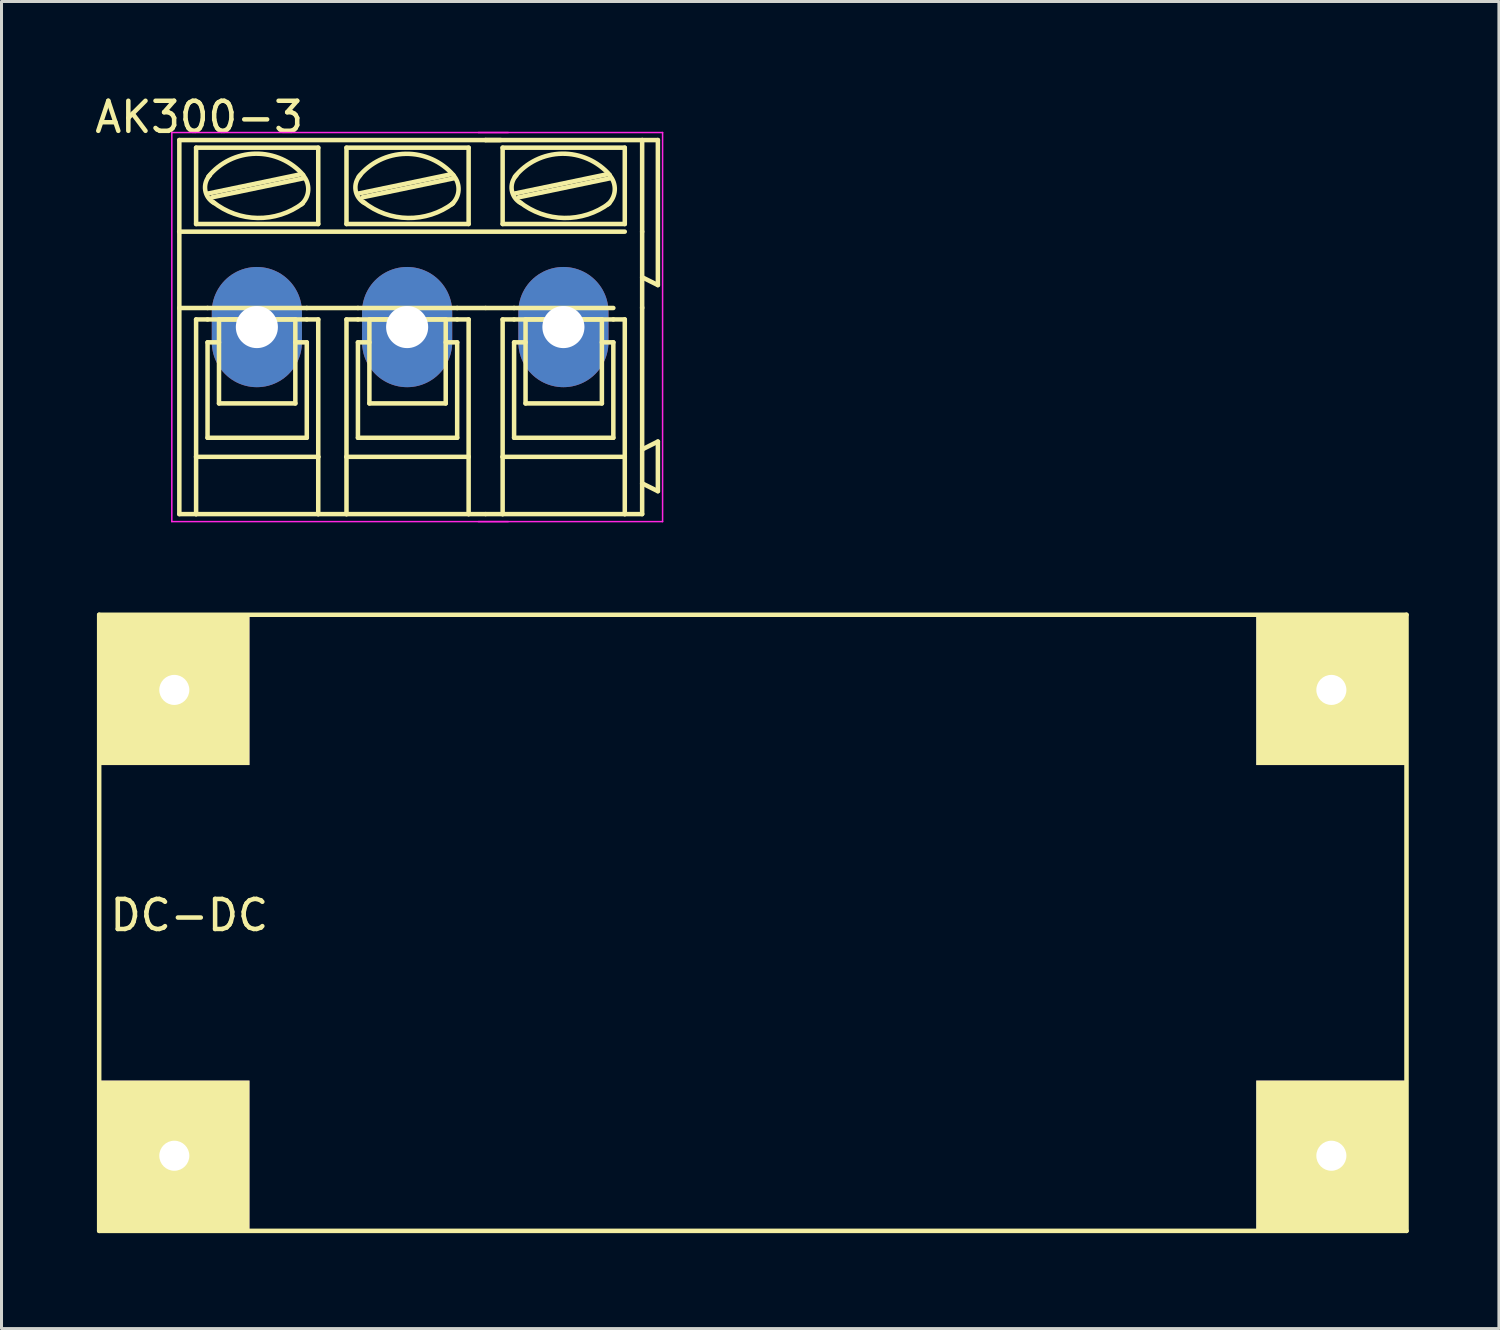
<source format=kicad_pcb>
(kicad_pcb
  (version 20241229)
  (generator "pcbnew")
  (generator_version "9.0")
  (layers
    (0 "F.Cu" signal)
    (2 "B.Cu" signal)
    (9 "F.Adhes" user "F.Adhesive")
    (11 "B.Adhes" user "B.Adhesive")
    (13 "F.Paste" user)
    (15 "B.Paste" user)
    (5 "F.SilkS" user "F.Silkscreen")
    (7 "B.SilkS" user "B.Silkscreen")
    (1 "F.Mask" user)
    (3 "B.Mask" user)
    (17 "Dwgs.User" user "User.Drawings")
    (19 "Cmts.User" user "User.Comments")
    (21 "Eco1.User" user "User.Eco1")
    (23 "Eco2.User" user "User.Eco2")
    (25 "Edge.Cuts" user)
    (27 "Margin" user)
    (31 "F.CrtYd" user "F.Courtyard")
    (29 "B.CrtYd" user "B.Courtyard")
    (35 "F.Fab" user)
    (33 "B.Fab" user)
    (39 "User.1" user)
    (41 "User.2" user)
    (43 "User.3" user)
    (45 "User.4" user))
  (footprint "DC-DC"
    (layer "F.Cu")
    (at 0.25 37.906)
    (property "Reference" "DC-DC" (at 3 -10.5 0) (layer "F.SilkS") (effects (font (size 1 1) (thickness 0.15))))
    (attr through_hole)
    (fp_line (start 0 -20.5) (end 43.5 -20.5) (stroke (width 0.15) (type solid)) (layer "F.SilkS"))
    (fp_line (start 0 0) (end 0 -20.5) (stroke (width 0.15) (type solid)) (layer "F.SilkS"))
    (fp_line (start 43.5 -20.5) (end 43.5 0) (stroke (width 0.15) (type solid)) (layer "F.SilkS"))
    (fp_line (start 43.5 0) (end 0 0) (stroke (width 0.15) (type solid)) (layer "F.SilkS"))
    (pad "1" thru_hole rect (at 2.5 -18) (size 5 5) (drill 1) (layers "*.Cu" "*.Mask" "F.SilkS"))
    (pad "2" thru_hole rect (at 2.5 -2.5) (size 5 5) (drill 1) (layers "*.Cu" "*.Mask" "F.SilkS"))
    (pad "3" thru_hole rect (at 41 -2.5) (size 5 5) (drill 1) (layers "*.Cu" "*.Mask" "F.SilkS"))
    (pad "4" thru_hole rect (at 41 -18) (size 5 5) (drill 1) (layers "*.Cu" "*.Mask" "F.SilkS")))
  (footprint "AK300-3"
    (layer "F.Cu")
    (at 5.497 7.833)
    (property "Reference" "AK300-3" (at -1.92 -6.985 0) (layer "F.SilkS") (effects (font (size 1 1) (thickness 0.15))))
    (attr exclude_from_pos_files exclude_from_bom)
    (fp_line (start -2.585 -3.175) (end 12.242 -3.175) (stroke (width 0.15) (type solid)) (layer "F.SilkS"))
    (fp_line (start -2.58 -3.175) (end -2.58 -6.223) (stroke (width 0.15) (type solid)) (layer "F.SilkS"))
    (fp_line (start -2.58 -0.635) (end -2.58 -3.175) (stroke (width 0.15) (type solid)) (layer "F.SilkS"))
    (fp_line (start -2.58 -0.635) (end -1.641 -0.635) (stroke (width 0.15) (type solid)) (layer "F.SilkS"))
    (fp_line (start -2.58 6.223) (end -2.58 -0.635) (stroke (width 0.15) (type solid)) (layer "F.SilkS"))
    (fp_line (start -2.58 6.223) (end -2.022 6.223) (stroke (width 0.15) (type solid)) (layer "F.SilkS"))
    (fp_line (start -2.022 -3.429) (end -2.022 -5.969) (stroke (width 0.15) (type solid)) (layer "F.SilkS"))
    (fp_line (start -2.022 -0.254) (end -2.022 4.318) (stroke (width 0.15) (type solid)) (layer "F.SilkS"))
    (fp_line (start -2.022 -0.254) (end -1.641 -0.254) (stroke (width 0.15) (type solid)) (layer "F.SilkS"))
    (fp_line (start -2.022 4.318) (end -2.022 6.223) (stroke (width 0.15) (type solid)) (layer "F.SilkS"))
    (fp_line (start -2.022 6.223) (end 2.042 6.223) (stroke (width 0.15) (type solid)) (layer "F.SilkS"))
    (fp_line (start -1.641 -0.635) (end 1.661 -0.635) (stroke (width 0.15) (type solid)) (layer "F.SilkS"))
    (fp_line (start -1.641 0.508) (end -1.26 0.508) (stroke (width 0.15) (type solid)) (layer "F.SilkS"))
    (fp_line (start -1.641 3.683) (end -1.641 0.508) (stroke (width 0.15) (type solid)) (layer "F.SilkS"))
    (fp_line (start -1.615 -4.445) (end 1.435 -5.08) (stroke (width 0.15) (type solid)) (layer "F.SilkS"))
    (fp_line (start -1.488 -4.318) (end 1.56 -4.953) (stroke (width 0.15) (type solid)) (layer "F.SilkS"))
    (fp_line (start -1.26 -0.254) (end 1.28 -0.254) (stroke (width 0.15) (type solid)) (layer "F.SilkS"))
    (fp_line (start -1.26 2.54) (end -1.26 -0.254) (stroke (width 0.15) (type solid)) (layer "F.SilkS"))
    (fp_line (start -1.26 2.54) (end 1.28 2.54) (stroke (width 0.15) (type solid)) (layer "F.SilkS"))
    (fp_line (start 1.28 2.54) (end 1.28 -0.254) (stroke (width 0.15) (type solid)) (layer "F.SilkS"))
    (fp_line (start 1.661 -0.635) (end 3.363 -0.635) (stroke (width 0.15) (type solid)) (layer "F.SilkS"))
    (fp_line (start 1.661 -0.254) (end -1.641 -0.254) (stroke (width 0.15) (type solid)) (layer "F.SilkS"))
    (fp_line (start 1.661 0.508) (end 1.28 0.508) (stroke (width 0.15) (type solid)) (layer "F.SilkS"))
    (fp_line (start 1.661 3.683) (end -1.641 3.683) (stroke (width 0.15) (type solid)) (layer "F.SilkS"))
    (fp_line (start 1.661 3.683) (end 1.661 0.508) (stroke (width 0.15) (type solid)) (layer "F.SilkS"))
    (fp_line (start 2.042 -5.969) (end -2.022 -5.969) (stroke (width 0.15) (type solid)) (layer "F.SilkS"))
    (fp_line (start 2.042 -3.429) (end -2.022 -3.429) (stroke (width 0.15) (type solid)) (layer "F.SilkS"))
    (fp_line (start 2.042 -3.429) (end 2.042 -5.969) (stroke (width 0.15) (type solid)) (layer "F.SilkS"))
    (fp_line (start 2.042 -0.254) (end 1.661 -0.254) (stroke (width 0.15) (type solid)) (layer "F.SilkS"))
    (fp_line (start 2.042 4.318) (end -2.022 4.318) (stroke (width 0.15) (type solid)) (layer "F.SilkS"))
    (fp_line (start 2.042 4.318) (end 2.042 -0.254) (stroke (width 0.15) (type solid)) (layer "F.SilkS"))
    (fp_line (start 2.042 6.223) (end 2.042 4.318) (stroke (width 0.15) (type solid)) (layer "F.SilkS"))
    (fp_line (start 2.042 6.223) (end 2.982 6.223) (stroke (width 0.15) (type solid)) (layer "F.SilkS"))
    (fp_line (start 2.982 -5.969) (end 7.046 -5.969) (stroke (width 0.15) (type solid)) (layer "F.SilkS"))
    (fp_line (start 2.982 -3.429) (end 2.982 -5.969) (stroke (width 0.15) (type solid)) (layer "F.SilkS"))
    (fp_line (start 2.982 -0.254) (end 3.363 -0.254) (stroke (width 0.15) (type solid)) (layer "F.SilkS"))
    (fp_line (start 2.982 4.318) (end 2.982 -0.254) (stroke (width 0.15) (type solid)) (layer "F.SilkS"))
    (fp_line (start 2.982 4.318) (end 7.046 4.318) (stroke (width 0.15) (type solid)) (layer "F.SilkS"))
    (fp_line (start 2.982 6.223) (end 2.982 4.318) (stroke (width 0.15) (type solid)) (layer "F.SilkS"))
    (fp_line (start 2.982 6.223) (end 7.046 6.223) (stroke (width 0.15) (type solid)) (layer "F.SilkS"))
    (fp_line (start 3.363 -0.254) (end 6.665 -0.254) (stroke (width 0.15) (type solid)) (layer "F.SilkS"))
    (fp_line (start 3.363 0.508) (end 3.744 0.508) (stroke (width 0.15) (type solid)) (layer "F.SilkS"))
    (fp_line (start 3.363 3.683) (end 3.363 0.508) (stroke (width 0.15) (type solid)) (layer "F.SilkS"))
    (fp_line (start 3.389 -4.445) (end 6.437 -5.08) (stroke (width 0.15) (type solid)) (layer "F.SilkS"))
    (fp_line (start 3.516 -4.318) (end 6.564 -4.953) (stroke (width 0.15) (type solid)) (layer "F.SilkS"))
    (fp_line (start 3.744 -0.254) (end 6.284 -0.254) (stroke (width 0.15) (type solid)) (layer "F.SilkS"))
    (fp_line (start 3.744 2.54) (end 3.744 -0.254) (stroke (width 0.15) (type solid)) (layer "F.SilkS"))
    (fp_line (start 3.744 2.54) (end 6.284 2.54) (stroke (width 0.15) (type solid)) (layer "F.SilkS"))
    (fp_line (start 6.284 2.54) (end 6.284 -0.254) (stroke (width 0.15) (type solid)) (layer "F.SilkS"))
    (fp_line (start 6.665 -0.635) (end 3.363 -0.635) (stroke (width 0.15) (type solid)) (layer "F.SilkS"))
    (fp_line (start 6.665 0.508) (end 6.284 0.508) (stroke (width 0.15) (type solid)) (layer "F.SilkS"))
    (fp_line (start 6.665 3.683) (end 3.363 3.683) (stroke (width 0.15) (type solid)) (layer "F.SilkS"))
    (fp_line (start 6.665 3.683) (end 6.665 0.508) (stroke (width 0.15) (type solid)) (layer "F.SilkS"))
    (fp_line (start 7.046 -5.969) (end 7.046 -3.429) (stroke (width 0.15) (type solid)) (layer "F.SilkS"))
    (fp_line (start 7.046 -3.429) (end 2.982 -3.429) (stroke (width 0.15) (type solid)) (layer "F.SilkS"))
    (fp_line (start 7.046 -0.254) (end 6.665 -0.254) (stroke (width 0.15) (type solid)) (layer "F.SilkS"))
    (fp_line (start 7.046 -0.254) (end 7.046 4.318) (stroke (width 0.15) (type solid)) (layer "F.SilkS"))
    (fp_line (start 7.046 4.318) (end 7.046 6.223) (stroke (width 0.15) (type solid)) (layer "F.SilkS"))
    (fp_line (start 7.046 6.223) (end 7.605 6.223) (stroke (width 0.15) (type solid)) (layer "F.SilkS"))
    (fp_line (start 7.605 -6.223) (end -2.58 -6.223) (stroke (width 0.15) (type solid)) (layer "F.SilkS"))
    (fp_line (start 7.605 -6.223) (end 8.113 -6.223) (stroke (width 0.15) (type solid)) (layer "F.SilkS"))
    (fp_line (start 7.605 -0.635) (end 6.665 -0.635) (stroke (width 0.15) (type solid)) (layer "F.SilkS"))
    (fp_line (start 7.62 -0.635) (end 8.559 -0.635) (stroke (width 0.15) (type solid)) (layer "F.SilkS"))
    (fp_line (start 7.62 6.223) (end 8.178 6.223) (stroke (width 0.15) (type solid)) (layer "F.SilkS"))
    (fp_line (start 8.178 -3.429) (end 8.178 -5.969) (stroke (width 0.15) (type solid)) (layer "F.SilkS"))
    (fp_line (start 8.178 -0.254) (end 8.178 4.318) (stroke (width 0.15) (type solid)) (layer "F.SilkS"))
    (fp_line (start 8.178 -0.254) (end 8.559 -0.254) (stroke (width 0.15) (type solid)) (layer "F.SilkS"))
    (fp_line (start 8.178 4.318) (end 8.178 6.223) (stroke (width 0.15) (type solid)) (layer "F.SilkS"))
    (fp_line (start 8.178 6.223) (end 12.242 6.223) (stroke (width 0.15) (type solid)) (layer "F.SilkS"))
    (fp_line (start 8.559 -0.635) (end 11.861 -0.635) (stroke (width 0.15) (type solid)) (layer "F.SilkS"))
    (fp_line (start 8.559 0.508) (end 8.94 0.508) (stroke (width 0.15) (type solid)) (layer "F.SilkS"))
    (fp_line (start 8.559 3.683) (end 8.559 0.508) (stroke (width 0.15) (type solid)) (layer "F.SilkS"))
    (fp_line (start 8.585 -4.445) (end 11.635 -5.08) (stroke (width 0.15) (type solid)) (layer "F.SilkS"))
    (fp_line (start 8.712 -4.318) (end 11.76 -4.953) (stroke (width 0.15) (type solid)) (layer "F.SilkS"))
    (fp_line (start 8.94 -0.254) (end 11.48 -0.254) (stroke (width 0.15) (type solid)) (layer "F.SilkS"))
    (fp_line (start 8.94 2.54) (end 8.94 -0.254) (stroke (width 0.15) (type solid)) (layer "F.SilkS"))
    (fp_line (start 8.94 2.54) (end 11.48 2.54) (stroke (width 0.15) (type solid)) (layer "F.SilkS"))
    (fp_line (start 11.48 2.54) (end 11.48 -0.254) (stroke (width 0.15) (type solid)) (layer "F.SilkS"))
    (fp_line (start 11.861 -0.254) (end 8.559 -0.254) (stroke (width 0.15) (type solid)) (layer "F.SilkS"))
    (fp_line (start 11.861 0.508) (end 11.48 0.508) (stroke (width 0.15) (type solid)) (layer "F.SilkS"))
    (fp_line (start 11.861 3.683) (end 8.559 3.683) (stroke (width 0.15) (type solid)) (layer "F.SilkS"))
    (fp_line (start 11.861 3.683) (end 11.861 0.508) (stroke (width 0.15) (type solid)) (layer "F.SilkS"))
    (fp_line (start 12.242 -5.969) (end 8.178 -5.969) (stroke (width 0.15) (type solid)) (layer "F.SilkS"))
    (fp_line (start 12.242 -3.429) (end 8.178 -3.429) (stroke (width 0.15) (type solid)) (layer "F.SilkS"))
    (fp_line (start 12.242 -3.429) (end 12.242 -5.969) (stroke (width 0.15) (type solid)) (layer "F.SilkS"))
    (fp_line (start 12.242 -0.254) (end 11.861 -0.254) (stroke (width 0.15) (type solid)) (layer "F.SilkS"))
    (fp_line (start 12.242 4.318) (end 8.178 4.318) (stroke (width 0.15) (type solid)) (layer "F.SilkS"))
    (fp_line (start 12.242 4.318) (end 12.242 -0.254) (stroke (width 0.15) (type solid)) (layer "F.SilkS"))
    (fp_line (start 12.242 6.223) (end 12.242 4.318) (stroke (width 0.15) (type solid)) (layer "F.SilkS"))
    (fp_line (start 12.242 6.223) (end 12.82 6.223) (stroke (width 0.15) (type solid)) (layer "F.SilkS"))
    (fp_line (start 12.82 -6.223) (end 7.62 -6.223) (stroke (width 0.15) (type solid)) (layer "F.SilkS"))
    (fp_line (start 12.82 -6.223) (end 12.82 -3.175) (stroke (width 0.15) (type solid)) (layer "F.SilkS"))
    (fp_line (start 12.82 -3.175) (end 12.82 -1.651) (stroke (width 0.15) (type solid)) (layer "F.SilkS"))
    (fp_line (start 12.82 -1.651) (end 12.82 -0.635) (stroke (width 0.15) (type solid)) (layer "F.SilkS"))
    (fp_line (start 12.82 -0.65) (end 12.82 4.049) (stroke (width 0.15) (type solid)) (layer "F.SilkS"))
    (fp_line (start 12.82 4.064) (end 12.82 5.207) (stroke (width 0.15) (type solid)) (layer "F.SilkS"))
    (fp_line (start 12.82 5.207) (end 12.82 6.223) (stroke (width 0.15) (type solid)) (layer "F.SilkS"))
    (fp_line (start 12.835 -6.223) (end 13.343 -6.223) (stroke (width 0.15) (type solid)) (layer "F.SilkS"))
    (fp_line (start 13.343 -6.223) (end 13.343 -1.397) (stroke (width 0.15) (type solid)) (layer "F.SilkS"))
    (fp_line (start 13.343 -1.397) (end 12.835 -1.651) (stroke (width 0.15) (type solid)) (layer "F.SilkS"))
    (fp_line (start 13.343 3.81) (end 12.835 4.064) (stroke (width 0.15) (type solid)) (layer "F.SilkS"))
    (fp_line (start 13.343 3.81) (end 13.343 5.461) (stroke (width 0.15) (type solid)) (layer "F.SilkS"))
    (fp_line (start 13.343 5.461) (end 12.835 5.207) (stroke (width 0.15) (type solid)) (layer "F.SilkS"))
    (fp_arc (start -1.6152 -5.0038) (mid -0.050347 -5.768837) (end 1.541573 -5.061847) (stroke (width 0.15) (type solid)) (layer "F.SilkS"))
    (fp_arc (start -1.41962 -4.1275) (mid -1.717784 -4.553845) (end -1.56452 -5.051019) (stroke (width 0.15) (type solid)) (layer "F.SilkS"))
    (fp_arc (start 1.52678 -4.11734) (mid 0.024731 -3.630479) (end -1.460988 -4.165104) (stroke (width 0.15) (type solid)) (layer "F.SilkS"))
    (fp_arc (start 1.5344 -5.05206) (mid 1.708736 -4.555962) (end 1.47915 -4.08289) (stroke (width 0.15) (type solid)) (layer "F.SilkS"))
    (fp_arc (start 3.3886 -5.0038) (mid 4.951638 -5.764946) (end 6.539411 -5.056844) (stroke (width 0.15) (type solid)) (layer "F.SilkS"))
    (fp_arc (start 3.58164 -4.1275) (mid 3.284456 -4.555849) (end 3.439903 -5.053481) (stroke (width 0.15) (type solid)) (layer "F.SilkS"))
    (fp_arc (start 6.52804 -4.11734) (mid 5.025991 -3.630479) (end 3.540272 -4.165104) (stroke (width 0.15) (type solid)) (layer "F.SilkS"))
    (fp_arc (start 6.53566 -5.05206) (mid 6.710748 -4.557765) (end 6.482972 -4.085429) (stroke (width 0.15) (type solid)) (layer "F.SilkS"))
    (fp_arc (start 8.5848 -5.0038) (mid 10.149653 -5.768837) (end 11.741573 -5.061847) (stroke (width 0.15) (type solid)) (layer "F.SilkS"))
    (fp_arc (start 8.78038 -4.1275) (mid 8.482216 -4.553845) (end 8.63548 -5.051019) (stroke (width 0.15) (type solid)) (layer "F.SilkS"))
    (fp_arc (start 11.72678 -4.11734) (mid 10.224731 -3.630479) (end 8.739012 -4.165104) (stroke (width 0.15) (type solid)) (layer "F.SilkS"))
    (fp_arc (start 11.7344 -5.05206) (mid 11.908736 -4.555962) (end 11.67915 -4.08289) (stroke (width 0.15) (type solid)) (layer "F.SilkS"))
    (fp_line (start -2.83 -6.473) (end -2.83 6.473) (stroke (width 0.05) (type solid)) (layer "F.CrtYd"))
    (fp_line (start -2.83 6.473) (end 8.363 6.473) (stroke (width 0.05) (type solid)) (layer "F.CrtYd"))
    (fp_line (start 7.37 6.473) (end 13.5 6.473) (stroke (width 0.05) (type solid)) (layer "F.CrtYd"))
    (fp_line (start 8.363 -6.473) (end -2.83 -6.473) (stroke (width 0.05) (type solid)) (layer "F.CrtYd"))
    (fp_line (start 13.5 -6.473) (end 7.37 -6.473) (stroke (width 0.05) (type solid)) (layer "F.CrtYd"))
    (fp_line (start 13.5 6.473) (end 13.5 -6.473) (stroke (width 0.05) (type solid)) (layer "F.CrtYd"))
    (pad "1" thru_hole oval (at 0 0) (size 3 4) (drill 1.4) (layers "*.Cu" "*.Mask"))
    (pad "2" thru_hole oval (at 5 0) (size 3 4) (drill 1.4) (layers "*.Cu" "*.Mask"))
    (pad "3" thru_hole oval (at 10.2 0) (size 3 4) (drill 1.4) (layers "*.Cu" "*.Mask")))
  (gr_rect
    (start -3 -3)
    (end 46.825 41.156)
    (stroke (width 0.1) (type default))
    (fill no)
    (layer "Edge.Cuts")))
</source>
